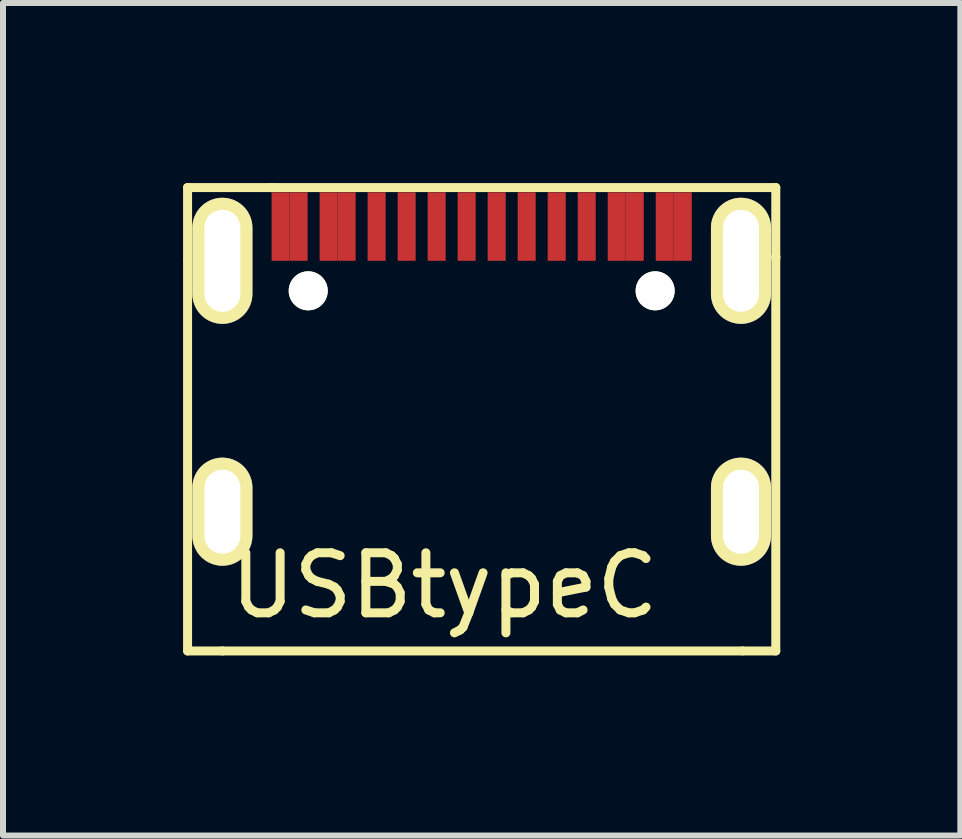
<source format=kicad_pcb>
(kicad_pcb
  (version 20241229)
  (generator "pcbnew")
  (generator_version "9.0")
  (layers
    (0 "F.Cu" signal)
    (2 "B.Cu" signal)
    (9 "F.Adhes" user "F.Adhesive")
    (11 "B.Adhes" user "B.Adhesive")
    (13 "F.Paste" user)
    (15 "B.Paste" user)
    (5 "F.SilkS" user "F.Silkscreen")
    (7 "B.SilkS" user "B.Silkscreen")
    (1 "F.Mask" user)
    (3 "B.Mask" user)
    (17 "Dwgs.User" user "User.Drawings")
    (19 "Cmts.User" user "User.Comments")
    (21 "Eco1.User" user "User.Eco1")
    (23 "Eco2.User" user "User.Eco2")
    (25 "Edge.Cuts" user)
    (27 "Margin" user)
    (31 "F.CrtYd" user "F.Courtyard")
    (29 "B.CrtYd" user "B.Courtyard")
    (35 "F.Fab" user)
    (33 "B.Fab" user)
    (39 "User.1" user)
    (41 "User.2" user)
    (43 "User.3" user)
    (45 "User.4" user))
  (footprint "USBtypeC"
    (layer "F.Cu")
    (at 5.295 4.085)
    (property "Reference" "USBtypeC" (at -0.94 2.62 0) (layer "F.SilkS") (effects (font (size 1 1) (thickness 0.15))))
    (attr through_hole)
    (fp_line (start -5.22 -4.01) (end -5.22 -2.81) (stroke (width 0.15) (type solid)) (layer "F.SilkS"))
    (fp_line (start -5.22 -2.8) (end -5.22 3.71) (stroke (width 0.15) (type solid)) (layer "F.SilkS"))
    (fp_line (start -5.22 3.71) (end -4.64 3.71) (stroke (width 0.15) (type solid)) (layer "F.SilkS"))
    (fp_line (start -4.64 3.71) (end 4.02 3.71) (stroke (width 0.15) (type solid)) (layer "F.SilkS"))
    (fp_line (start -3.82 -4.01) (end -5.22 -4.01) (stroke (width 0.15) (type solid)) (layer "F.SilkS"))
    (fp_line (start -3.82 -4.01) (end 4.58 -4.01) (stroke (width 0.15) (type solid)) (layer "F.SilkS"))
    (fp_line (start 4.58 -4.01) (end 4.58 -2.86) (stroke (width 0.15) (type solid)) (layer "F.SilkS"))
    (fp_line (start 4.58 -2.86) (end 4.58 -2.83) (stroke (width 0.15) (type solid)) (layer "F.SilkS"))
    (fp_line (start 4.58 -2.84) (end 4.58 3.71) (stroke (width 0.15) (type solid)) (layer "F.SilkS"))
    (fp_line (start 4.58 3.71) (end 4.03 3.71) (stroke (width 0.15) (type solid)) (layer "F.SilkS"))
    (pad "" np_thru_hole circle (at -3.21 -2.29) (size 0.65 0.65) (drill 0.65) (layers "*.Cu" "*.Mask" "F.SilkS"))
    (pad "" np_thru_hole circle (at 2.57 -2.29) (size 0.65 0.65) (drill 0.65) (layers "*.Cu" "*.Mask" "F.SilkS"))
    (pad "1" thru_hole oval (at -4.64 1.39) (size 1 1.8) (drill oval 0.6 1.4) (layers "*.Cu" "*.Mask" "F.SilkS"))
    (pad "2" thru_hole oval (at 4 1.39) (size 1 1.8) (drill oval 0.6 1.4) (layers "*.Cu" "*.Mask" "F.SilkS"))
    (pad "3" thru_hole oval (at -4.64 -2.79) (size 1 2.1) (drill oval 0.6 1.7) (layers "*.Cu" "*.Mask" "F.SilkS"))
    (pad "4" thru_hole oval (at 4 -2.79) (size 1 2.1) (drill oval 0.6 1.7) (layers "*.Cu" "*.Mask" "F.SilkS"))
    (pad "A1" smd rect (at -3.67 -3.36) (size 0.3 1.14) (layers "F.Cu" "F.Mask" "F.Paste"))
    (pad "A4" smd rect (at -2.87 -3.36) (size 0.3 1.14) (layers "F.Cu" "F.Mask" "F.Paste"))
    (pad "A5" smd rect (at -1.57 -3.36) (size 0.3 1.14) (layers "F.Cu" "F.Mask" "F.Paste"))
    (pad "A6" smd rect (at -0.57 -3.36) (size 0.3 1.14) (layers "F.Cu" "F.Mask" "F.Paste"))
    (pad "A7" smd rect (at -0.07 -3.36) (size 0.3 1.14) (layers "F.Cu" "F.Mask" "F.Paste"))
    (pad "A8" smd rect (at 0.93 -3.36) (size 0.3 1.14) (layers "F.Cu" "F.Mask" "F.Paste"))
    (pad "A9" smd rect (at 2.23 -3.36) (size 0.3 1.14) (layers "F.Cu" "F.Mask" "F.Paste"))
    (pad "A12" smd rect (at 3.03 -3.36) (size 0.3 1.14) (layers "F.Cu" "F.Mask" "F.Paste"))
    (pad "B1" smd rect (at 2.73 -3.36) (size 0.3 1.14) (layers "F.Cu" "F.Mask" "F.Paste"))
    (pad "B4" smd rect (at 1.93 -3.36) (size 0.3 1.14) (layers "F.Cu" "F.Mask" "F.Paste"))
    (pad "B5" smd rect (at 1.43 -3.36) (size 0.3 1.14) (layers "F.Cu" "F.Mask" "F.Paste"))
    (pad "B6" smd rect (at 0.43 -3.36) (size 0.3 1.14) (layers "F.Cu" "F.Mask" "F.Paste"))
    (pad "B7" smd rect (at -1.07 -3.36) (size 0.3 1.14) (layers "F.Cu" "F.Mask" "F.Paste"))
    (pad "B8" smd rect (at -2.07 -3.36) (size 0.3 1.14) (layers "F.Cu" "F.Mask" "F.Paste"))
    (pad "B9" smd rect (at -2.57 -3.36) (size 0.3 1.14) (layers "F.Cu" "F.Mask" "F.Paste"))
    (pad "B12" smd rect (at -3.37 -3.36) (size 0.3 1.14) (layers "F.Cu" "F.Mask" "F.Paste")))
  (gr_rect
    (start -3 -3)
    (end 12.95 10.87)
    (stroke (width 0.1) (type default))
    (fill no)
    (layer "Edge.Cuts")))
</source>
